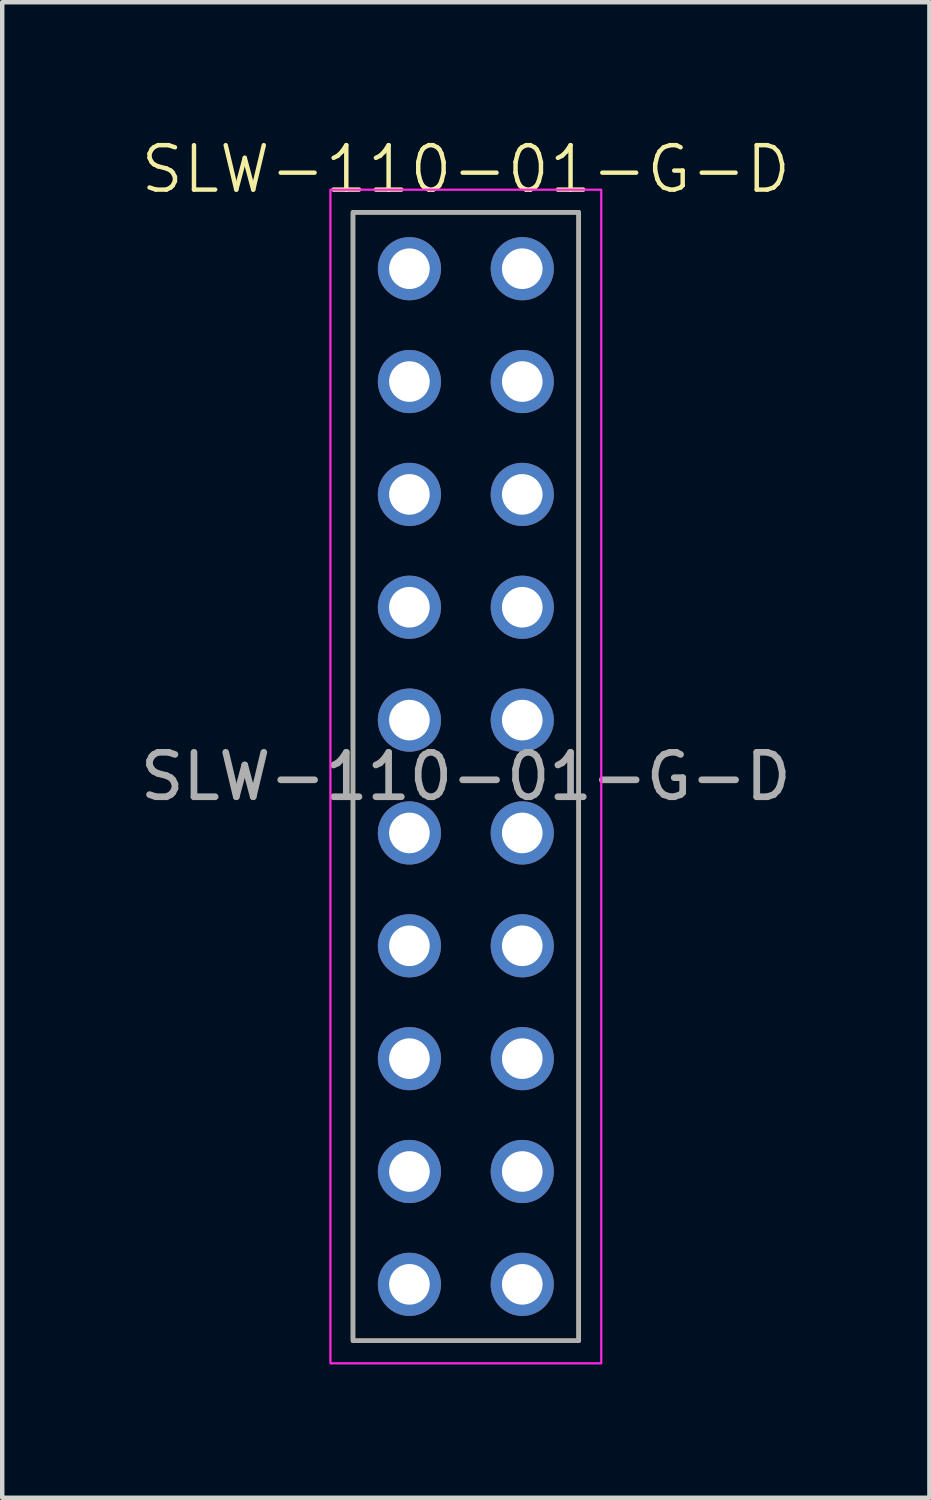
<source format=kicad_pcb>
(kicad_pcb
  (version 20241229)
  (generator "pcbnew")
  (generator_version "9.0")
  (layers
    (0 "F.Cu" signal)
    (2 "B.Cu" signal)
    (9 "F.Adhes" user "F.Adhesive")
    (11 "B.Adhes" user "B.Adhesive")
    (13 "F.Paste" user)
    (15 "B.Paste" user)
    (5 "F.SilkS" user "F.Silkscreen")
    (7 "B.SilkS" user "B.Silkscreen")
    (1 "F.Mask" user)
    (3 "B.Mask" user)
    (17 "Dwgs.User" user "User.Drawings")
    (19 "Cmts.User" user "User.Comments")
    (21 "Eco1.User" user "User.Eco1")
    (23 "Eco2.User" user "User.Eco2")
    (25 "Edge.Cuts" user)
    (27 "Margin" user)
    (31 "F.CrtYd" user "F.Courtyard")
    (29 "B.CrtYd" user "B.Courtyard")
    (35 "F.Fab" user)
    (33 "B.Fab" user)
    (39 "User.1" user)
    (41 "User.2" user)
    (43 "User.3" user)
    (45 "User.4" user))
  (footprint "SLW-110-01-G-D"
    (layer "F.Cu")
    (at 7.435 14.428)
    (property "Reference" "SLW-110-01-G-D" (at 0 -13.668 0) (unlocked yes) (layer "F.SilkS") (effects (font (size 1 1) (thickness 0.1))))
    (attr smd)
    (fp_rect (start -2.54 -12.7) (end 2.54 12.7) (stroke (width 0.1) (type default)) (fill no) (layer "F.SilkS"))
    (fp_rect (start -3.048 -13.208) (end 3.048 13.208) (stroke (width 0.05) (type default)) (fill no) (layer "F.CrtYd"))
    (fp_rect (start -2.54 -12.7) (end 2.54 12.7) (stroke (width 0.1) (type default)) (fill no) (layer "F.Fab"))
    (fp_text user "${REFERENCE}" (at 0 0 0) (unlocked yes) (layer "F.Fab") (effects (font (size 1 1) (thickness 0.15))))
    (pad "1" thru_hole circle (at -1.27 -11.43) (size 1.422 1.422) (drill 0.914) (layers "*.Cu" "*.Mask"))
    (pad "2" thru_hole circle (at 1.27 -11.43) (size 1.422 1.422) (drill 0.914) (layers "*.Cu" "*.Mask"))
    (pad "3" thru_hole circle (at -1.27 -8.89) (size 1.422 1.422) (drill 0.914) (layers "*.Cu" "*.Mask"))
    (pad "4" thru_hole circle (at 1.27 -8.89) (size 1.422 1.422) (drill 0.914) (layers "*.Cu" "*.Mask"))
    (pad "5" thru_hole circle (at -1.27 -6.35) (size 1.422 1.422) (drill 0.914) (layers "*.Cu" "*.Mask"))
    (pad "6" thru_hole circle (at 1.27 -6.35) (size 1.422 1.422) (drill 0.914) (layers "*.Cu" "*.Mask"))
    (pad "7" thru_hole circle (at -1.27 -3.81) (size 1.422 1.422) (drill 0.914) (layers "*.Cu" "*.Mask"))
    (pad "8" thru_hole circle (at 1.27 -3.81) (size 1.422 1.422) (drill 0.914) (layers "*.Cu" "*.Mask"))
    (pad "9" thru_hole circle (at -1.27 -1.27) (size 1.422 1.422) (drill 0.914) (layers "*.Cu" "*.Mask"))
    (pad "10" thru_hole circle (at 1.27 -1.27) (size 1.422 1.422) (drill 0.914) (layers "*.Cu" "*.Mask"))
    (pad "11" thru_hole circle (at -1.27 1.27) (size 1.422 1.422) (drill 0.914) (layers "*.Cu" "*.Mask"))
    (pad "12" thru_hole circle (at 1.27 1.27) (size 1.422 1.422) (drill 0.914) (layers "*.Cu" "*.Mask"))
    (pad "13" thru_hole circle (at -1.27 3.81) (size 1.422 1.422) (drill 0.914) (layers "*.Cu" "*.Mask"))
    (pad "14" thru_hole circle (at 1.27 3.81) (size 1.422 1.422) (drill 0.914) (layers "*.Cu" "*.Mask"))
    (pad "15" thru_hole circle (at -1.27 6.35) (size 1.422 1.422) (drill 0.914) (layers "*.Cu" "*.Mask"))
    (pad "16" thru_hole circle (at 1.27 6.35) (size 1.422 1.422) (drill 0.914) (layers "*.Cu" "*.Mask"))
    (pad "17" thru_hole circle (at -1.27 8.89) (size 1.422 1.422) (drill 0.914) (layers "*.Cu" "*.Mask"))
    (pad "18" thru_hole circle (at 1.27 8.89) (size 1.422 1.422) (drill 0.914) (layers "*.Cu" "*.Mask"))
    (pad "19" thru_hole circle (at -1.27 11.43) (size 1.422 1.422) (drill 0.914) (layers "*.Cu" "*.Mask"))
    (pad "20" thru_hole circle (at 1.27 11.43) (size 1.422 1.422) (drill 0.914) (layers "*.Cu" "*.Mask")))
  (gr_rect
    (start -3 -3)
    (end 17.869 30.662)
    (stroke (width 0.1) (type default))
    (fill no)
    (layer "Edge.Cuts")))
</source>
